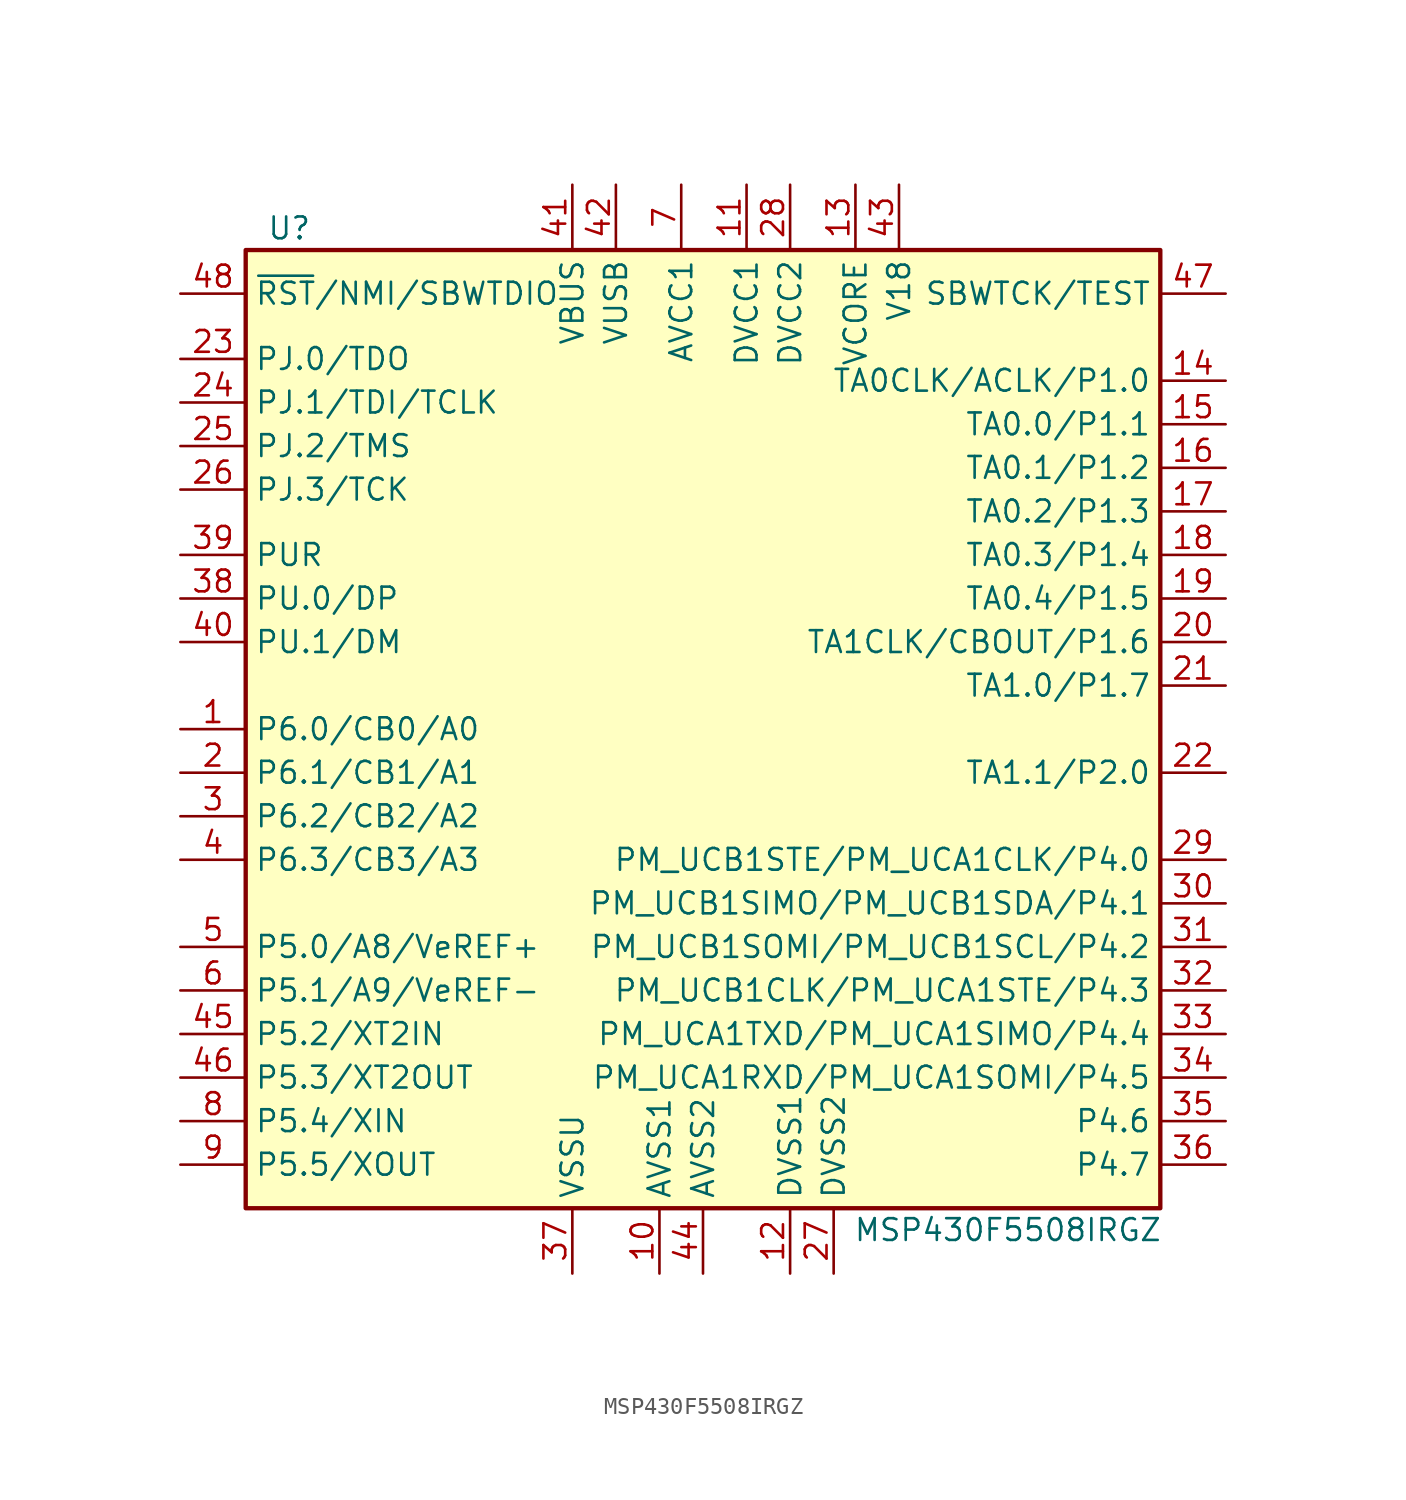
<source format=kicad_sym>
(kicad_symbol_lib
  (version 20201005)
  (generator kicad_symbol_editor)
  (symbol "MSP430F5508IRGZ"
    (property "Reference" "U"
      (at -22.86 29.21 0)
      (effects (font (size 1.27 1.27))))
    (property "Value" "MSP430F5508IRGZ"
      (at 19.05 -29.21 0)
      (effects (font (size 1.27 1.27))))
    (symbol "MSP430F5508IRGZ_0_1"
      (rectangle (start -25.4 27.94) (end 27.94 -27.94) (stroke (width 0.254)) (fill (type background))))
    (symbol "MSP430F5508IRGZ_1_1"
      (pin bidirectional line (at -29.21 0 0) (length 3.81) (name "P6.0/CB0/A0" (effects (font (size 1.27 1.27)))) (number "1" (effects (font (size 1.27 1.27)))))
      (pin power_in line (at -1.27 -31.75 90) (length 3.81) (name "AVSS1" (effects (font (size 1.27 1.27)))) (number "10" (effects (font (size 1.27 1.27)))))
      (pin power_in line (at 3.81 31.75 270) (length 3.81) (name "DVCC1" (effects (font (size 1.27 1.27)))) (number "11" (effects (font (size 1.27 1.27)))))
      (pin power_in line (at 6.35 -31.75 90) (length 3.81) (name "DVSS1" (effects (font (size 1.27 1.27)))) (number "12" (effects (font (size 1.27 1.27)))))
      (pin passive line (at 10.16 31.75 270) (length 3.81) (name "VCORE" (effects (font (size 1.27 1.27)))) (number "13" (effects (font (size 1.27 1.27)))))
      (pin bidirectional line (at 31.75 20.32 180) (length 3.81) (name "TA0CLK/ACLK/P1.0" (effects (font (size 1.27 1.27)))) (number "14" (effects (font (size 1.27 1.27)))))
      (pin bidirectional line (at 31.75 17.78 180) (length 3.81) (name "TA0.0/P1.1" (effects (font (size 1.27 1.27)))) (number "15" (effects (font (size 1.27 1.27)))))
      (pin bidirectional line (at 31.75 15.24 180) (length 3.81) (name "TA0.1/P1.2" (effects (font (size 1.27 1.27)))) (number "16" (effects (font (size 1.27 1.27)))))
      (pin bidirectional line (at 31.75 12.7 180) (length 3.81) (name "TA0.2/P1.3" (effects (font (size 1.27 1.27)))) (number "17" (effects (font (size 1.27 1.27)))))
      (pin bidirectional line (at 31.75 10.16 180) (length 3.81) (name "TA0.3/P1.4" (effects (font (size 1.27 1.27)))) (number "18" (effects (font (size 1.27 1.27)))))
      (pin bidirectional line (at 31.75 7.62 180) (length 3.81) (name "TA0.4/P1.5" (effects (font (size 1.27 1.27)))) (number "19" (effects (font (size 1.27 1.27)))))
      (pin bidirectional line (at -29.21 -2.54 0) (length 3.81) (name "P6.1/CB1/A1" (effects (font (size 1.27 1.27)))) (number "2" (effects (font (size 1.27 1.27)))))
      (pin bidirectional line (at 31.75 5.08 180) (length 3.81) (name "TA1CLK/CBOUT/P1.6" (effects (font (size 1.27 1.27)))) (number "20" (effects (font (size 1.27 1.27)))))
      (pin bidirectional line (at 31.75 2.54 180) (length 3.81) (name "TA1.0/P1.7" (effects (font (size 1.27 1.27)))) (number "21" (effects (font (size 1.27 1.27)))))
      (pin bidirectional line (at 31.75 -2.54 180) (length 3.81) (name "TA1.1/P2.0" (effects (font (size 1.27 1.27)))) (number "22" (effects (font (size 1.27 1.27)))))
      (pin bidirectional line (at -29.21 21.59 0) (length 3.81) (name "PJ.0/TDO" (effects (font (size 1.27 1.27)))) (number "23" (effects (font (size 1.27 1.27)))))
      (pin bidirectional line (at -29.21 19.05 0) (length 3.81) (name "PJ.1/TDI/TCLK" (effects (font (size 1.27 1.27)))) (number "24" (effects (font (size 1.27 1.27)))))
      (pin bidirectional line (at -29.21 16.51 0) (length 3.81) (name "PJ.2/TMS" (effects (font (size 1.27 1.27)))) (number "25" (effects (font (size 1.27 1.27)))))
      (pin bidirectional line (at -29.21 13.97 0) (length 3.81) (name "PJ.3/TCK" (effects (font (size 1.27 1.27)))) (number "26" (effects (font (size 1.27 1.27)))))
      (pin power_in line (at 8.89 -31.75 90) (length 3.81) (name "DVSS2" (effects (font (size 1.27 1.27)))) (number "27" (effects (font (size 1.27 1.27)))))
      (pin power_in line (at 6.35 31.75 270) (length 3.81) (name "DVCC2" (effects (font (size 1.27 1.27)))) (number "28" (effects (font (size 1.27 1.27)))))
      (pin bidirectional line (at 31.75 -7.62 180) (length 3.81) (name "PM_UCB1STE/PM_UCA1CLK/P4.0" (effects (font (size 1.27 1.27)))) (number "29" (effects (font (size 1.27 1.27)))))
      (pin bidirectional line (at -29.21 -5.08 0) (length 3.81) (name "P6.2/CB2/A2" (effects (font (size 1.27 1.27)))) (number "3" (effects (font (size 1.27 1.27)))))
      (pin bidirectional line (at 31.75 -10.16 180) (length 3.81) (name "PM_UCB1SIMO/PM_UCB1SDA/P4.1" (effects (font (size 1.27 1.27)))) (number "30" (effects (font (size 1.27 1.27)))))
      (pin bidirectional line (at 31.75 -12.7 180) (length 3.81) (name "PM_UCB1SOMI/PM_UCB1SCL/P4.2" (effects (font (size 1.27 1.27)))) (number "31" (effects (font (size 1.27 1.27)))))
      (pin bidirectional line (at 31.75 -15.24 180) (length 3.81) (name "PM_UCB1CLK/PM_UCA1STE/P4.3" (effects (font (size 1.27 1.27)))) (number "32" (effects (font (size 1.27 1.27)))))
      (pin bidirectional line (at 31.75 -17.78 180) (length 3.81) (name "PM_UCA1TXD/PM_UCA1SIMO/P4.4" (effects (font (size 1.27 1.27)))) (number "33" (effects (font (size 1.27 1.27)))))
      (pin bidirectional line (at 31.75 -20.32 180) (length 3.81) (name "PM_UCA1RXD/PM_UCA1SOMI/P4.5" (effects (font (size 1.27 1.27)))) (number "34" (effects (font (size 1.27 1.27)))))
      (pin bidirectional line (at 31.75 -22.86 180) (length 3.81) (name "P4.6" (effects (font (size 1.27 1.27)))) (number "35" (effects (font (size 1.27 1.27)))))
      (pin bidirectional line (at 31.75 -25.4 180) (length 3.81) (name "P4.7" (effects (font (size 1.27 1.27)))) (number "36" (effects (font (size 1.27 1.27)))))
      (pin power_in line (at -6.35 -31.75 90) (length 3.81) (name "VSSU" (effects (font (size 1.27 1.27)))) (number "37" (effects (font (size 1.27 1.27)))))
      (pin bidirectional line (at -29.21 7.62 0) (length 3.81) (name "PU.0/DP" (effects (font (size 1.27 1.27)))) (number "38" (effects (font (size 1.27 1.27)))))
      (pin bidirectional line (at -29.21 10.16 0) (length 3.81) (name "PUR" (effects (font (size 1.27 1.27)))) (number "39" (effects (font (size 1.27 1.27)))))
      (pin bidirectional line (at -29.21 -7.62 0) (length 3.81) (name "P6.3/CB3/A3" (effects (font (size 1.27 1.27)))) (number "4" (effects (font (size 1.27 1.27)))))
      (pin bidirectional line (at -29.21 5.08 0) (length 3.81) (name "PU.1/DM" (effects (font (size 1.27 1.27)))) (number "40" (effects (font (size 1.27 1.27)))))
      (pin power_in line (at -6.35 31.75 270) (length 3.81) (name "VBUS" (effects (font (size 1.27 1.27)))) (number "41" (effects (font (size 1.27 1.27)))))
      (pin power_out line (at -3.81 31.75 270) (length 3.81) (name "VUSB" (effects (font (size 1.27 1.27)))) (number "42" (effects (font (size 1.27 1.27)))))
      (pin passive line (at 12.7 31.75 270) (length 3.81) (name "V18" (effects (font (size 1.27 1.27)))) (number "43" (effects (font (size 1.27 1.27)))))
      (pin power_in line (at 1.27 -31.75 90) (length 3.81) (name "AVSS2" (effects (font (size 1.27 1.27)))) (number "44" (effects (font (size 1.27 1.27)))))
      (pin bidirectional line (at -29.21 -17.78 0) (length 3.81) (name "P5.2/XT2IN" (effects (font (size 1.27 1.27)))) (number "45" (effects (font (size 1.27 1.27)))))
      (pin bidirectional line (at -29.21 -20.32 0) (length 3.81) (name "P5.3/XT2OUT" (effects (font (size 1.27 1.27)))) (number "46" (effects (font (size 1.27 1.27)))))
      (pin input line (at 31.75 25.4 180) (length 3.81) (name "SBWTCK/TEST" (effects (font (size 1.27 1.27)))) (number "47" (effects (font (size 1.27 1.27)))))
      (pin input line (at -29.21 25.4 0) (length 3.81) (name "~RST~/NMI/SBWTDIO" (effects (font (size 1.27 1.27)))) (number "48" (effects (font (size 1.27 1.27)))))
      (pin bidirectional line (at -29.21 -12.7 0) (length 3.81) (name "P5.0/A8/VeREF+" (effects (font (size 1.27 1.27)))) (number "5" (effects (font (size 1.27 1.27)))))
      (pin bidirectional line (at -29.21 -15.24 0) (length 3.81) (name "P5.1/A9/VeREF-" (effects (font (size 1.27 1.27)))) (number "6" (effects (font (size 1.27 1.27)))))
      (pin power_in line (at 0 31.75 270) (length 3.81) (name "AVCC1" (effects (font (size 1.27 1.27)))) (number "7" (effects (font (size 1.27 1.27)))))
      (pin bidirectional line (at -29.21 -22.86 0) (length 3.81) (name "P5.4/XIN" (effects (font (size 1.27 1.27)))) (number "8" (effects (font (size 1.27 1.27)))))
      (pin bidirectional line (at -29.21 -25.4 0) (length 3.81) (name "P5.5/XOUT" (effects (font (size 1.27 1.27)))) (number "9" (effects (font (size 1.27 1.27))))))))
</source>
